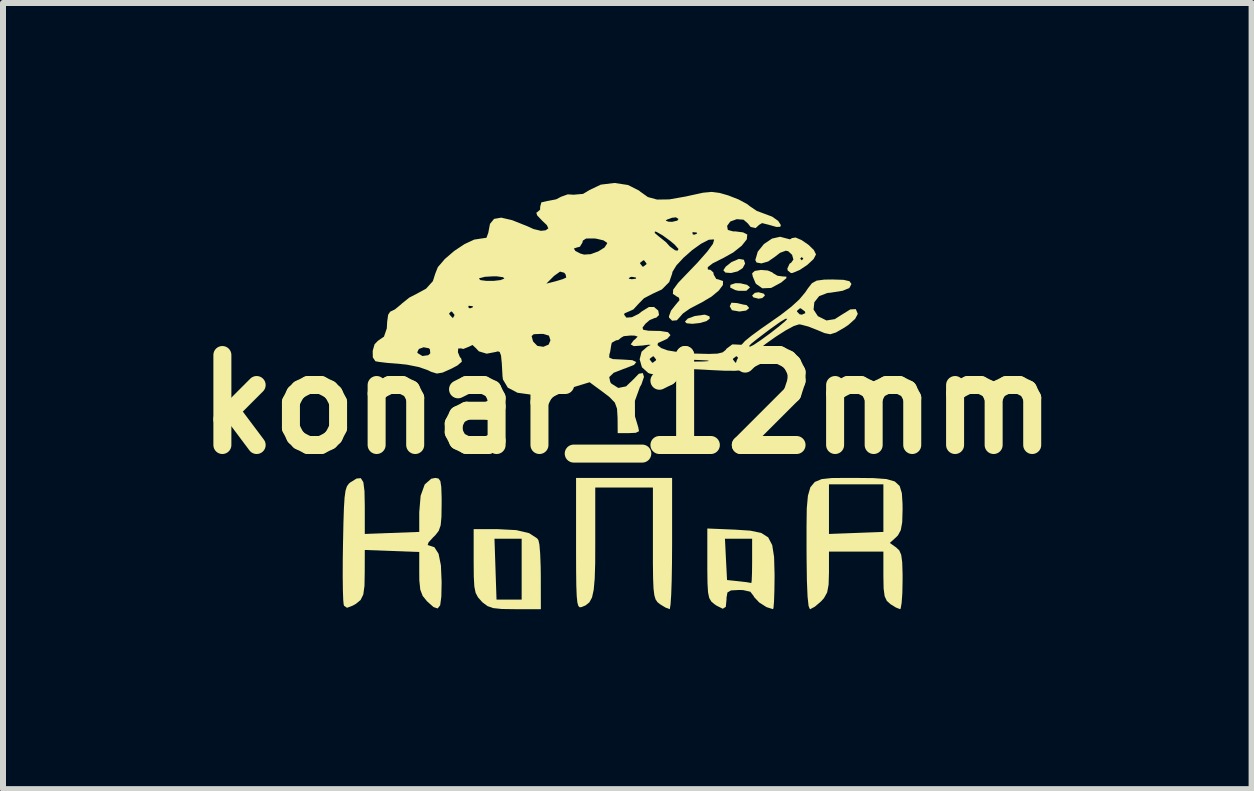
<source format=kicad_pcb>
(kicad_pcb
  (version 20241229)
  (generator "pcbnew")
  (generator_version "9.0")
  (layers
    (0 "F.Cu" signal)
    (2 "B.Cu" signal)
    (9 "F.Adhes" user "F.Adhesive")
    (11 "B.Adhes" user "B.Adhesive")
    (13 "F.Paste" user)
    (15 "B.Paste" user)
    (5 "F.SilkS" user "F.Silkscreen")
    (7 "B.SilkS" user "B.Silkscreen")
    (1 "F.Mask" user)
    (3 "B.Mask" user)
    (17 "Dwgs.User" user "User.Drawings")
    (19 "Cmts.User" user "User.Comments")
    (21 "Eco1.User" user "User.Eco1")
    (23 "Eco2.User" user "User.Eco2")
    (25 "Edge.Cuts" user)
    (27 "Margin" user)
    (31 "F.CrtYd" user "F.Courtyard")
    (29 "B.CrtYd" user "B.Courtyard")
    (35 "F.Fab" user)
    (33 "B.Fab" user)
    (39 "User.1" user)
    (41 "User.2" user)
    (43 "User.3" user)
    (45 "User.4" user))
  (footprint "konar_12mm"
    (layer "F.Cu")
    (at 7.407 3.69)
    (property "Reference" "konar_12mm" (at 0 0 0) (layer "F.SilkS") (effects (font (size 1.5 1.5) (thickness 0.3))))
    (attr board_only exclude_from_pos_files exclude_from_bom)
    (fp_poly (pts (xy 2.275 -1.845) (xy 2.295 -1.814) (xy 2.25 -1.771) (xy 2.188 -1.761) (xy 2.101 -1.783) (xy 2.081 -1.814) (xy 2.126 -1.858) (xy 2.188 -1.868)) (stroke (width 0) (type solid)) (fill yes) (layer "F.SilkS"))
    (fp_poly (pts (xy 1.881 -2.018) (xy 1.996 -1.992) (xy 2.044 -1.952) (xy 2.044 -1.948) (xy 1.985 -1.893) (xy 1.854 -1.892) (xy 1.801 -1.904) (xy 1.715 -1.947) (xy 1.72 -1.992) (xy 1.802 -2.019)) (stroke (width 0) (type solid)) (fill yes) (layer "F.SilkS"))
    (fp_poly (pts (xy 1.37 -1.466) (xy 1.375 -1.43) (xy 1.318 -1.386) (xy 1.207 -1.355) (xy 1.084 -1.342) (xy 0.989 -1.351) (xy 0.961 -1.378) (xy 1.008 -1.429) (xy 1.125 -1.472) (xy 1.275 -1.493) (xy 1.298 -1.493)) (stroke (width 0) (type solid)) (fill yes) (layer "F.SilkS"))
    (fp_poly (pts (xy 1.828 -1.688) (xy 1.938 -1.662) (xy 1.988 -1.655) (xy 2.027 -1.613) (xy 2.028 -1.601) (xy 1.981 -1.563) (xy 1.87 -1.547) (xy 1.868 -1.547) (xy 1.744 -1.569) (xy 1.708 -1.634) (xy 1.736 -1.694)) (stroke (width 0) (type solid)) (fill yes) (layer "F.SilkS"))
    (fp_poly (pts (xy 1.943 -2.41) (xy 1.964 -2.346) (xy 1.923 -2.27) (xy 1.839 -2.216) (xy 1.729 -2.189) (xy 1.636 -2.196) (xy 1.601 -2.235) (xy 1.641 -2.295) (xy 1.738 -2.372) (xy 1.74 -2.373) (xy 1.861 -2.424)) (stroke (width 0) (type solid)) (fill yes) (layer "F.SilkS"))
    (fp_poly (pts (xy 2.342 -2.231) (xy 2.421 -2.197) (xy 2.428 -2.188) (xy 2.502 -2.144) (xy 2.578 -2.133) (xy 2.653 -2.128) (xy 2.651 -2.102) (xy 2.567 -2.032) (xy 2.561 -2.028) (xy 2.398 -1.94) (xy 2.251 -1.934) (xy 2.146 -2.008) (xy 2.136 -2.024) (xy 2.091 -2.132) (xy 2.081 -2.184) (xy 2.125 -2.224) (xy 2.228 -2.24)) (stroke (width 0) (type solid)) (fill yes) (layer "F.SilkS"))
    (fp_poly (pts (xy -1.852 2.097) (xy -1.638 2.147) (xy -1.505 2.233) (xy -1.482 2.263) (xy -1.465 2.338) (xy -1.452 2.494) (xy -1.444 2.707) (xy -1.442 2.868) (xy -1.441 3.415) (xy -1.87 3.415) (xy -2.091 3.412) (xy -2.235 3.397) (xy -2.33 3.364) (xy -2.408 3.306) (xy -2.43 3.284) (xy -2.49 3.216) (xy -2.529 3.141) (xy -2.55 3.035) (xy -2.559 2.871) (xy -2.561 2.627) (xy -2.561 2.617) (xy -2.561 2.241) (xy -2.214 2.241) (xy -2.197 2.748) (xy -2.18 3.255) (xy -1.971 3.255) (xy -1.761 3.255) (xy -1.761 2.748) (xy -1.761 2.241) (xy -1.988 2.241) (xy -2.214 2.241) (xy -2.561 2.241) (xy -2.561 2.081) (xy -2.158 2.081)) (stroke (width 0) (type solid)) (fill yes) (layer "F.SilkS"))
    (fp_poly (pts (xy 0.747 2.321) (xy 0.745 2.65) (xy 0.74 2.939) (xy 0.732 3.173) (xy 0.721 3.336) (xy 0.709 3.412) (xy 0.706 3.415) (xy 0.635 3.387) (xy 0.545 3.332) (xy 0.503 3.298) (xy 0.472 3.253) (xy 0.451 3.183) (xy 0.437 3.07) (xy 0.43 2.898) (xy 0.427 2.652) (xy 0.427 2.318) (xy 0.427 1.387) (xy -0.053 1.387) (xy -0.534 1.387) (xy -0.534 2.284) (xy -0.535 2.641) (xy -0.543 2.905) (xy -0.56 3.093) (xy -0.588 3.22) (xy -0.632 3.301) (xy -0.694 3.351) (xy -0.76 3.379) (xy -0.792 3.384) (xy -0.815 3.363) (xy -0.832 3.305) (xy -0.843 3.197) (xy -0.85 3.024) (xy -0.853 2.774) (xy -0.854 2.435) (xy -0.854 2.32) (xy -0.854 1.227) (xy -0.053 1.227) (xy 0.747 1.227)) (stroke (width 0) (type solid)) (fill yes) (layer "F.SilkS"))
    (fp_poly (pts (xy 2.612 -2.776) (xy 2.712 -2.75) (xy 2.746 -2.771) (xy 2.805 -2.781) (xy 2.907 -2.737) (xy 3.019 -2.66) (xy 3.11 -2.572) (xy 3.146 -2.499) (xy 3.105 -2.421) (xy 3.003 -2.326) (xy 2.875 -2.24) (xy 2.758 -2.191) (xy 2.728 -2.188) (xy 2.674 -2.231) (xy 2.668 -2.263) (xy 2.706 -2.345) (xy 2.731 -2.36) (xy 2.769 -2.413) (xy 2.765 -2.428) (xy 2.882 -2.428) (xy 2.908 -2.401) (xy 2.935 -2.428) (xy 2.908 -2.455) (xy 2.882 -2.428) (xy 2.765 -2.428) (xy 2.747 -2.492) (xy 2.683 -2.552) (xy 2.643 -2.561) (xy 2.547 -2.526) (xy 2.455 -2.455) (xy 2.348 -2.381) (xy 2.236 -2.349) (xy 2.155 -2.364) (xy 2.134 -2.405) (xy 2.175 -2.545) (xy 2.278 -2.672) (xy 2.413 -2.763) (xy 2.548 -2.793)) (stroke (width 0) (type solid)) (fill yes) (layer "F.SilkS"))
    (fp_poly (pts (xy 1.792 2.089) (xy 2.051 2.106) (xy 2.232 2.144) (xy 2.349 2.218) (xy 2.416 2.347) (xy 2.447 2.545) (xy 2.455 2.831) (xy 2.455 2.887) (xy 2.452 3.11) (xy 2.446 3.286) (xy 2.437 3.393) (xy 2.43 3.415) (xy 2.321 3.381) (xy 2.199 3.303) (xy 2.115 3.214) (xy 2.105 3.194) (xy 2.051 3.124) (xy 1.931 3.097) (xy 1.864 3.095) (xy 1.729 3.102) (xy 1.669 3.137) (xy 1.654 3.225) (xy 1.654 3.255) (xy 1.642 3.376) (xy 1.592 3.408) (xy 1.488 3.356) (xy 1.453 3.332) (xy 1.401 3.288) (xy 1.366 3.229) (xy 1.346 3.135) (xy 1.337 2.982) (xy 1.334 2.751) (xy 1.334 2.66) (xy 1.334 2.241) (xy 1.628 2.241) (xy 1.645 2.585) (xy 1.663 2.929) (xy 1.859 2.95) (xy 1.99 2.965) (xy 2.063 2.978) (xy 2.068 2.979) (xy 2.074 2.935) (xy 2.079 2.81) (xy 2.081 2.631) (xy 2.081 2.615) (xy 2.081 2.241) (xy 1.854 2.241) (xy 1.628 2.241) (xy 1.334 2.241) (xy 1.334 2.07)) (stroke (width 0) (type solid)) (fill yes) (layer "F.SilkS"))
    (fp_poly (pts (xy -3.147 1.237) (xy -3.116 1.28) (xy -3.101 1.378) (xy -3.095 1.552) (xy -3.095 1.657) (xy -3.098 1.875) (xy -3.111 2.016) (xy -3.143 2.109) (xy -3.2 2.182) (xy -3.236 2.217) (xy -3.313 2.301) (xy -3.328 2.346) (xy -3.32 2.348) (xy -3.216 2.382) (xy -3.146 2.491) (xy -3.107 2.685) (xy -3.095 2.965) (xy -3.1 3.206) (xy -3.119 3.349) (xy -3.161 3.403) (xy -3.23 3.38) (xy -3.336 3.286) (xy -3.338 3.284) (xy -3.411 3.194) (xy -3.451 3.09) (xy -3.467 2.934) (xy -3.468 2.808) (xy -3.468 2.462) (xy -3.922 2.445) (xy -4.376 2.428) (xy -4.377 2.801) (xy -4.381 3.026) (xy -4.401 3.171) (xy -4.446 3.262) (xy -4.525 3.327) (xy -4.577 3.356) (xy -4.672 3.392) (xy -4.719 3.36) (xy -4.727 3.343) (xy -4.735 3.267) (xy -4.741 3.103) (xy -4.744 2.87) (xy -4.743 2.586) (xy -4.739 2.323) (xy -4.732 1.981) (xy -4.724 1.731) (xy -4.713 1.555) (xy -4.697 1.439) (xy -4.674 1.367) (xy -4.642 1.323) (xy -4.619 1.303) (xy -4.512 1.237) (xy -4.442 1.231) (xy -4.4 1.298) (xy -4.381 1.448) (xy -4.376 1.693) (xy -4.376 1.694) (xy -4.376 2.161) (xy -3.922 2.144) (xy -3.468 2.127) (xy -3.468 1.796) (xy -3.445 1.524) (xy -3.377 1.336) (xy -3.268 1.24) (xy -3.199 1.227)) (stroke (width 0) (type solid)) (fill yes) (layer "F.SilkS"))
    (fp_poly (pts (xy 3.802 1.227) (xy 4.107 1.23) (xy 4.32 1.246) (xy 4.459 1.286) (xy 4.54 1.361) (xy 4.577 1.481) (xy 4.588 1.657) (xy 4.589 1.756) (xy 4.583 1.965) (xy 4.559 2.098) (xy 4.512 2.184) (xy 4.482 2.215) (xy 4.376 2.311) (xy 4.482 2.386) (xy 4.534 2.435) (xy 4.566 2.509) (xy 4.583 2.633) (xy 4.589 2.829) (xy 4.589 2.938) (xy 4.585 3.149) (xy 4.573 3.312) (xy 4.557 3.404) (xy 4.548 3.415) (xy 4.477 3.387) (xy 4.388 3.332) (xy 4.326 3.276) (xy 4.29 3.199) (xy 4.273 3.071) (xy 4.269 2.867) (xy 4.269 2.852) (xy 4.269 2.455) (xy 3.815 2.455) (xy 3.362 2.455) (xy 3.362 2.804) (xy 3.356 3.005) (xy 3.332 3.135) (xy 3.28 3.229) (xy 3.231 3.284) (xy 3.127 3.373) (xy 3.049 3.415) (xy 3.044 3.415) (xy 3.022 3.362) (xy 3.005 3.204) (xy 2.994 2.942) (xy 2.989 2.577) (xy 2.988 2.41) (xy 2.988 2.161) (xy 3.362 2.161) (xy 3.815 2.144) (xy 4.269 2.127) (xy 4.269 1.73) (xy 4.269 1.334) (xy 3.815 1.334) (xy 3.362 1.334) (xy 3.362 1.748) (xy 3.362 2.161) (xy 2.988 2.161) (xy 2.988 2.025) (xy 2.992 1.734) (xy 3.011 1.524) (xy 3.052 1.382) (xy 3.126 1.294) (xy 3.24 1.247) (xy 3.404 1.229) (xy 3.628 1.227)) (stroke (width 0) (type solid)) (fill yes) (layer "F.SilkS"))
    (fp_poly (pts (xy 0.012 -3.656) (xy 0.196 -3.563) (xy 0.217 -3.545) (xy 0.343 -3.455) (xy 0.497 -3.413) (xy 0.7 -3.416) (xy 0.973 -3.464) (xy 1.067 -3.485) (xy 1.266 -3.528) (xy 1.408 -3.541) (xy 1.538 -3.524) (xy 1.681 -3.483) (xy 1.853 -3.416) (xy 1.993 -3.341) (xy 2.039 -3.305) (xy 2.159 -3.224) (xy 2.288 -3.176) (xy 2.416 -3.128) (xy 2.516 -3.057) (xy 2.56 -2.988) (xy 2.55 -2.959) (xy 2.486 -2.957) (xy 2.372 -2.989) (xy 2.37 -2.99) (xy 2.247 -3.021) (xy 2.198 -2.992) (xy 2.139 -2.938) (xy 2.057 -2.956) (xy 2.007 -3.018) (xy 1.937 -3.078) (xy 1.824 -3.086) (xy 1.717 -3.047) (xy 1.664 -2.975) (xy 1.676 -2.907) (xy 1.763 -2.883) (xy 1.807 -2.882) (xy 1.931 -2.866) (xy 2 -2.831) (xy 1.992 -2.75) (xy 1.908 -2.644) (xy 1.767 -2.532) (xy 1.59 -2.433) (xy 1.576 -2.427) (xy 1.422 -2.349) (xy 1.341 -2.286) (xy 1.343 -2.248) (xy 1.387 -2.241) (xy 1.435 -2.198) (xy 1.441 -2.161) (xy 1.483 -2.09) (xy 1.521 -2.081) (xy 1.596 -2.055) (xy 1.594 -1.989) (xy 1.525 -1.896) (xy 1.402 -1.794) (xy 1.238 -1.697) (xy 1.204 -1.68) (xy 1.044 -1.596) (xy 0.928 -1.515) (xy 0.888 -1.469) (xy 0.826 -1.401) (xy 0.747 -1.394) (xy 0.696 -1.446) (xy 0.694 -1.467) (xy 0.729 -1.562) (xy 0.802 -1.655) (xy 0.87 -1.736) (xy 0.861 -1.778) (xy 0.828 -1.795) (xy 0.76 -1.841) (xy 0.765 -1.912) (xy 0.848 -2.025) (xy 0.92 -2.101) (xy 1.167 -2.358) (xy 1.335 -2.548) (xy 1.427 -2.674) (xy 1.447 -2.741) (xy 1.44 -2.749) (xy 1.358 -2.743) (xy 1.23 -2.677) (xy 1.082 -2.571) (xy 0.937 -2.443) (xy 0.819 -2.316) (xy 0.753 -2.208) (xy 0.747 -2.176) (xy 0.699 -2.038) (xy 0.577 -1.915) (xy 0.416 -1.84) (xy 0.278 -1.768) (xy 0.188 -1.676) (xy 0.102 -1.582) (xy 0.025 -1.547) (xy -0.045 -1.518) (xy -0.053 -1.494) (xy -0.015 -1.445) (xy 0.077 -1.452) (xy 0.191 -1.508) (xy 0.242 -1.549) (xy 0.361 -1.622) (xy 0.445 -1.623) (xy 0.516 -1.563) (xy 0.529 -1.488) (xy 0.48 -1.442) (xy 0.462 -1.441) (xy 0.373 -1.404) (xy 0.302 -1.343) (xy 0.254 -1.279) (xy 0.265 -1.243) (xy 0.352 -1.227) (xy 0.528 -1.223) (xy 0.545 -1.223) (xy 0.677 -1.203) (xy 0.72 -1.154) (xy 0.667 -1.093) (xy 0.608 -1.065) (xy 0.511 -1.022) (xy 0.504 -0.986) (xy 0.565 -0.938) (xy 0.672 -0.899) (xy 0.859 -0.868) (xy 1.099 -0.848) (xy 1.13 -0.846) (xy 1.358 -0.84) (xy 1.503 -0.845) (xy 1.589 -0.866) (xy 1.639 -0.905) (xy 1.653 -0.926) (xy 1.713 -0.971) (xy 2.03 -0.971) (xy 2.042 -0.961) (xy 2.046 -0.961) (xy 2.106 -0.99) (xy 2.224 -1.069) (xy 2.375 -1.179) (xy 2.377 -1.18) (xy 2.522 -1.293) (xy 2.627 -1.381) (xy 2.668 -1.423) (xy 2.668 -1.424) (xy 2.639 -1.427) (xy 2.547 -1.372) (xy 2.384 -1.256) (xy 2.321 -1.209) (xy 2.156 -1.083) (xy 2.063 -1.008) (xy 2.03 -0.971) (xy 1.713 -0.971) (xy 1.75 -0.999) (xy 1.818 -0.997) (xy 1.901 -0.992) (xy 1.921 -1.01) (xy 1.962 -1.056) (xy 2.072 -1.145) (xy 2.23 -1.261) (xy 2.304 -1.312) (xy 2.557 -1.489) (xy 2.632 -1.547) (xy 2.828 -1.547) (xy 2.872 -1.501) (xy 2.911 -1.494) (xy 2.967 -1.52) (xy 2.962 -1.547) (xy 2.893 -1.599) (xy 2.878 -1.601) (xy 2.83 -1.56) (xy 2.828 -1.547) (xy 2.632 -1.547) (xy 2.737 -1.629) (xy 2.867 -1.748) (xy 2.965 -1.865) (xy 3.012 -1.934) (xy 3.077 -2.018) (xy 3.156 -2.062) (xy 3.283 -2.079) (xy 3.421 -2.081) (xy 3.606 -2.075) (xy 3.704 -2.052) (xy 3.735 -2.008) (xy 3.735 -2.002) (xy 3.701 -1.938) (xy 3.59 -1.893) (xy 3.389 -1.861) (xy 3.336 -1.856) (xy 3.199 -1.804) (xy 3.118 -1.702) (xy 3.105 -1.58) (xy 3.175 -1.472) (xy 3.178 -1.469) (xy 3.32 -1.398) (xy 3.459 -1.42) (xy 3.575 -1.494) (xy 3.718 -1.582) (xy 3.809 -1.587) (xy 3.842 -1.509) (xy 3.842 -1.507) (xy 3.798 -1.424) (xy 3.685 -1.323) (xy 3.615 -1.276) (xy 3.477 -1.197) (xy 3.384 -1.168) (xy 3.289 -1.187) (xy 3.175 -1.235) (xy 3.02 -1.296) (xy 2.891 -1.33) (xy 2.863 -1.333) (xy 2.775 -1.305) (xy 2.638 -1.231) (xy 2.477 -1.128) (xy 2.314 -1.013) (xy 2.176 -0.904) (xy 2.085 -0.816) (xy 2.064 -0.772) (xy 2.05 -0.688) (xy 2.015 -0.628) (xy 1.975 -0.591) (xy 1.909 -0.568) (xy 1.799 -0.559) (xy 1.625 -0.56) (xy 1.369 -0.572) (xy 1.292 -0.577) (xy 1.005 -0.591) (xy 0.805 -0.594) (xy 0.675 -0.585) (xy 0.597 -0.563) (xy 0.561 -0.538) (xy 0.48 -0.49) (xy 0.373 -0.513) (xy 0.349 -0.523) (xy 0.244 -0.618) (xy 0.207 -0.747) (xy 0.374 -0.747) (xy 0.414 -0.695) (xy 0.427 -0.694) (xy 0.465 -0.724) (xy 0.839 -0.724) (xy 0.879 -0.717) (xy 1.006 -0.713) (xy 1.094 -0.712) (xy 1.263 -0.714) (xy 1.353 -0.72) (xy 1.354 -0.728) (xy 1.322 -0.732) (xy 1.133 -0.741) (xy 0.925 -0.735) (xy 0.895 -0.733) (xy 0.839 -0.724) (xy 0.465 -0.724) (xy 0.479 -0.734) (xy 0.48 -0.747) (xy 1.761 -0.747) (xy 1.802 -0.695) (xy 1.814 -0.694) (xy 1.866 -0.734) (xy 1.868 -0.747) (xy 1.827 -0.799) (xy 1.814 -0.8) (xy 1.762 -0.76) (xy 1.761 -0.747) (xy 0.48 -0.747) (xy 0.44 -0.799) (xy 0.427 -0.8) (xy 0.375 -0.76) (xy 0.374 -0.747) (xy 0.207 -0.747) (xy 0.206 -0.749) (xy 0.238 -0.877) (xy 0.334 -0.961) (xy 0.39 -0.99) (xy 0.355 -0.994) (xy 0.253 -0.98) (xy 0.108 -0.97) (xy 0.057 -0.999) (xy 0.104 -1.064) (xy 0.134 -1.088) (xy 0.173 -1.129) (xy 0.124 -1.145) (xy 0.054 -1.147) (xy -0.059 -1.136) (xy -0.107 -1.108) (xy -0.107 -1.107) (xy -0.15 -1.072) (xy -0.187 -1.067) (xy -0.258 -1.027) (xy -0.267 -0.992) (xy -0.286 -0.874) (xy -0.299 -0.831) (xy -0.301 -0.779) (xy -0.24 -0.754) (xy -0.095 -0.747) (xy -0.086 -0.747) (xy 0.084 -0.736) (xy 0.15 -0.704) (xy 0.112 -0.657) (xy -0.032 -0.6) (xy -0.051 -0.594) (xy -0.226 -0.526) (xy -0.301 -0.454) (xy -0.283 -0.369) (xy -0.265 -0.345) (xy -0.15 -0.273) (xy -0.021 -0.299) (xy 0.094 -0.408) (xy 0.193 -0.51) (xy 0.259 -0.521) (xy 0.278 -0.457) (xy 0.236 -0.333) (xy 0.21 -0.288) (xy 0.127 -0.058) (xy 0.128 0.2) (xy 0.184 0.387) (xy 0.195 0.449) (xy 0.141 0.475) (xy 0.032 0.48) (xy -0.16 0.48) (xy -0.162 0.227) (xy -0.171 0.073) (xy -0.208 -0.029) (xy -0.297 -0.121) (xy -0.396 -0.197) (xy -0.628 -0.368) (xy -0.968 -0.264) (xy -1.307 -0.184) (xy -1.599 -0.161) (xy -1.831 -0.193) (xy -1.992 -0.278) (xy -2.073 -0.414) (xy -2.08 -0.467) (xy -2.092 -0.684) (xy -2.105 -0.813) (xy -2.127 -0.873) (xy -2.16 -0.883) (xy -2.188 -0.874) (xy -2.344 -0.844) (xy -2.474 -0.883) (xy -2.522 -0.934) (xy -2.58 -0.989) (xy -2.643 -0.959) (xy -2.733 -0.923) (xy -2.772 -0.932) (xy -2.818 -0.931) (xy -2.824 -0.87) (xy -2.791 -0.789) (xy -2.768 -0.762) (xy -2.758 -0.711) (xy -2.831 -0.648) (xy -2.935 -0.593) (xy -3.079 -0.529) (xy -3.175 -0.513) (xy -3.27 -0.542) (xy -3.327 -0.57) (xy -3.473 -0.621) (xy -3.674 -0.661) (xy -3.814 -0.676) (xy -3.997 -0.69) (xy -4.139 -0.707) (xy -4.199 -0.718) (xy -4.242 -0.782) (xy -4.244 -0.869) (xy -3.501 -0.869) (xy -3.495 -0.854) (xy -3.415 -0.805) (xy -3.318 -0.819) (xy -3.284 -0.85) (xy -3.291 -0.918) (xy -3.31 -0.935) (xy -3.395 -0.951) (xy -3.474 -0.923) (xy -3.501 -0.869) (xy -4.244 -0.869) (xy -4.244 -0.892) (xy -4.213 -1.001) (xy -4.157 -1.059) (xy -4.056 -1.128) (xy -4.053 -1.138) (xy -1.595 -1.138) (xy -1.573 -1.056) (xy -1.568 -1.045) (xy -1.499 -0.974) (xy -1.399 -0.959) (xy -1.311 -0.996) (xy -1.281 -1.067) (xy -1.306 -1.145) (xy -1.399 -1.173) (xy -1.441 -1.174) (xy -1.559 -1.169) (xy -1.595 -1.138) (xy -4.053 -1.138) (xy -4.009 -1.265) (xy -4.003 -1.374) (xy -3.987 -1.492) (xy -3.972 -1.515) (xy -2.97 -1.515) (xy -2.962 -1.494) (xy -2.914 -1.443) (xy -2.905 -1.441) (xy -2.882 -1.482) (xy -2.882 -1.494) (xy -2.923 -1.545) (xy -2.938 -1.547) (xy -2.97 -1.515) (xy -3.972 -1.515) (xy -3.951 -1.547) (xy -3.946 -1.547) (xy -3.874 -1.582) (xy -3.808 -1.636) (xy -2.65 -1.636) (xy -2.643 -1.605) (xy -2.615 -1.601) (xy -2.571 -1.62) (xy -2.579 -1.636) (xy -2.642 -1.643) (xy -2.65 -1.636) (xy -3.808 -1.636) (xy -3.771 -1.667) (xy -3.761 -1.677) (xy -3.634 -1.779) (xy -3.51 -1.843) (xy -3.51 -1.843) (xy -3.355 -1.927) (xy -3.278 -2.012) (xy -1.349 -2.012) (xy -1.195 -2.051) (xy -1.078 -2.086) (xy -1.06 -2.094) (xy 0.023 -2.094) (xy 0.076 -2.085) (xy 0.145 -2.095) (xy 0.146 -2.113) (xy 0.074 -2.126) (xy 0.043 -2.118) (xy 0.023 -2.094) (xy -1.06 -2.094) (xy -1.018 -2.113) (xy -1.028 -2.164) (xy -1.052 -2.194) (xy -1.121 -2.212) (xy -1.219 -2.142) (xy -1.23 -2.132) (xy -1.349 -2.012) (xy -3.278 -2.012) (xy -3.242 -2.052) (xy -3.228 -2.094) (xy -2.473 -2.094) (xy -2.446 -2.07) (xy -2.351 -2.058) (xy -2.227 -2.058) (xy -2.113 -2.071) (xy -2.049 -2.096) (xy -2.071 -2.119) (xy -2.172 -2.133) (xy -2.229 -2.134) (xy -2.372 -2.126) (xy -2.462 -2.103) (xy -2.473 -2.094) (xy -3.228 -2.094) (xy -3.202 -2.176) (xy -3.158 -2.287) (xy -3.105 -2.348) (xy 0.213 -2.348) (xy 0.254 -2.296) (xy 0.267 -2.295) (xy 0.319 -2.335) (xy 0.32 -2.348) (xy 0.28 -2.4) (xy 0.267 -2.401) (xy 0.215 -2.361) (xy 0.213 -2.348) (xy -3.105 -2.348) (xy -3.043 -2.421) (xy -2.886 -2.556) (xy -2.825 -2.597) (xy -0.891 -2.597) (xy -0.865 -2.556) (xy -0.781 -2.513) (xy -0.72 -2.496) (xy -0.61 -2.503) (xy -0.484 -2.549) (xy -0.38 -2.614) (xy -0.336 -2.681) (xy -0.337 -2.693) (xy -0.397 -2.733) (xy -0.521 -2.762) (xy -0.551 -2.765) (xy -0.687 -2.764) (xy -0.742 -2.728) (xy -0.747 -2.698) (xy -0.79 -2.627) (xy -0.838 -2.615) (xy -0.891 -2.597) (xy -2.825 -2.597) (xy -2.713 -2.671) (xy -2.552 -2.746) (xy -2.447 -2.762) (xy -2.348 -2.776) (xy -2.318 -2.857) (xy 0.457 -2.857) (xy 0.527 -2.797) (xy 0.535 -2.791) (xy 0.645 -2.703) (xy 0.71 -2.631) (xy 0.796 -2.568) (xy 0.837 -2.561) (xy 0.854 -2.589) (xy 0.789 -2.663) (xy 0.72 -2.721) (xy 0.59 -2.816) (xy 0.506 -2.864) (xy 1.085 -2.864) (xy 1.092 -2.832) (xy 1.121 -2.828) (xy 1.165 -2.848) (xy 1.156 -2.864) (xy 1.093 -2.87) (xy 1.085 -2.864) (xy 0.506 -2.864) (xy 0.49 -2.873) (xy 0.461 -2.882) (xy 0.457 -2.857) (xy -2.318 -2.857) (xy -2.317 -2.861) (xy -2.289 -3.008) (xy -2.221 -3.091) (xy -2.102 -3.112) (xy -1.92 -3.07) (xy -1.664 -2.968) (xy -1.564 -2.922) (xy -1.438 -2.892) (xy -1.361 -2.901) (xy -1.316 -2.933) (xy -1.341 -2.987) (xy -1.42 -3.062) (xy 0.64 -3.062) (xy 0.685 -3.045) (xy 0.747 -3.042) (xy 0.834 -3.062) (xy 0.854 -3.09) (xy 0.811 -3.117) (xy 0.747 -3.11) (xy 0.661 -3.079) (xy 0.64 -3.062) (xy -1.42 -3.062) (xy -1.424 -3.066) (xy -1.503 -3.15) (xy -1.517 -3.196) (xy -1.505 -3.2) (xy -1.454 -3.244) (xy -1.452 -3.294) (xy -1.433 -3.366) (xy -1.332 -3.39) (xy -1.326 -3.39) (xy -1.187 -3.417) (xy -1.104 -3.46) (xy -0.992 -3.5) (xy -0.897 -3.494) (xy -0.737 -3.508) (xy -0.63 -3.572) (xy -0.442 -3.662) (xy -0.214 -3.69)) (stroke (width 0) (type solid)) (fill yes) (layer "F.SilkS")))
  (gr_rect
    (start -3 -3)
    (end 17.814 10.105)
    (stroke (width 0.1) (type default))
    (fill no)
    (layer "Edge.Cuts")))
</source>
